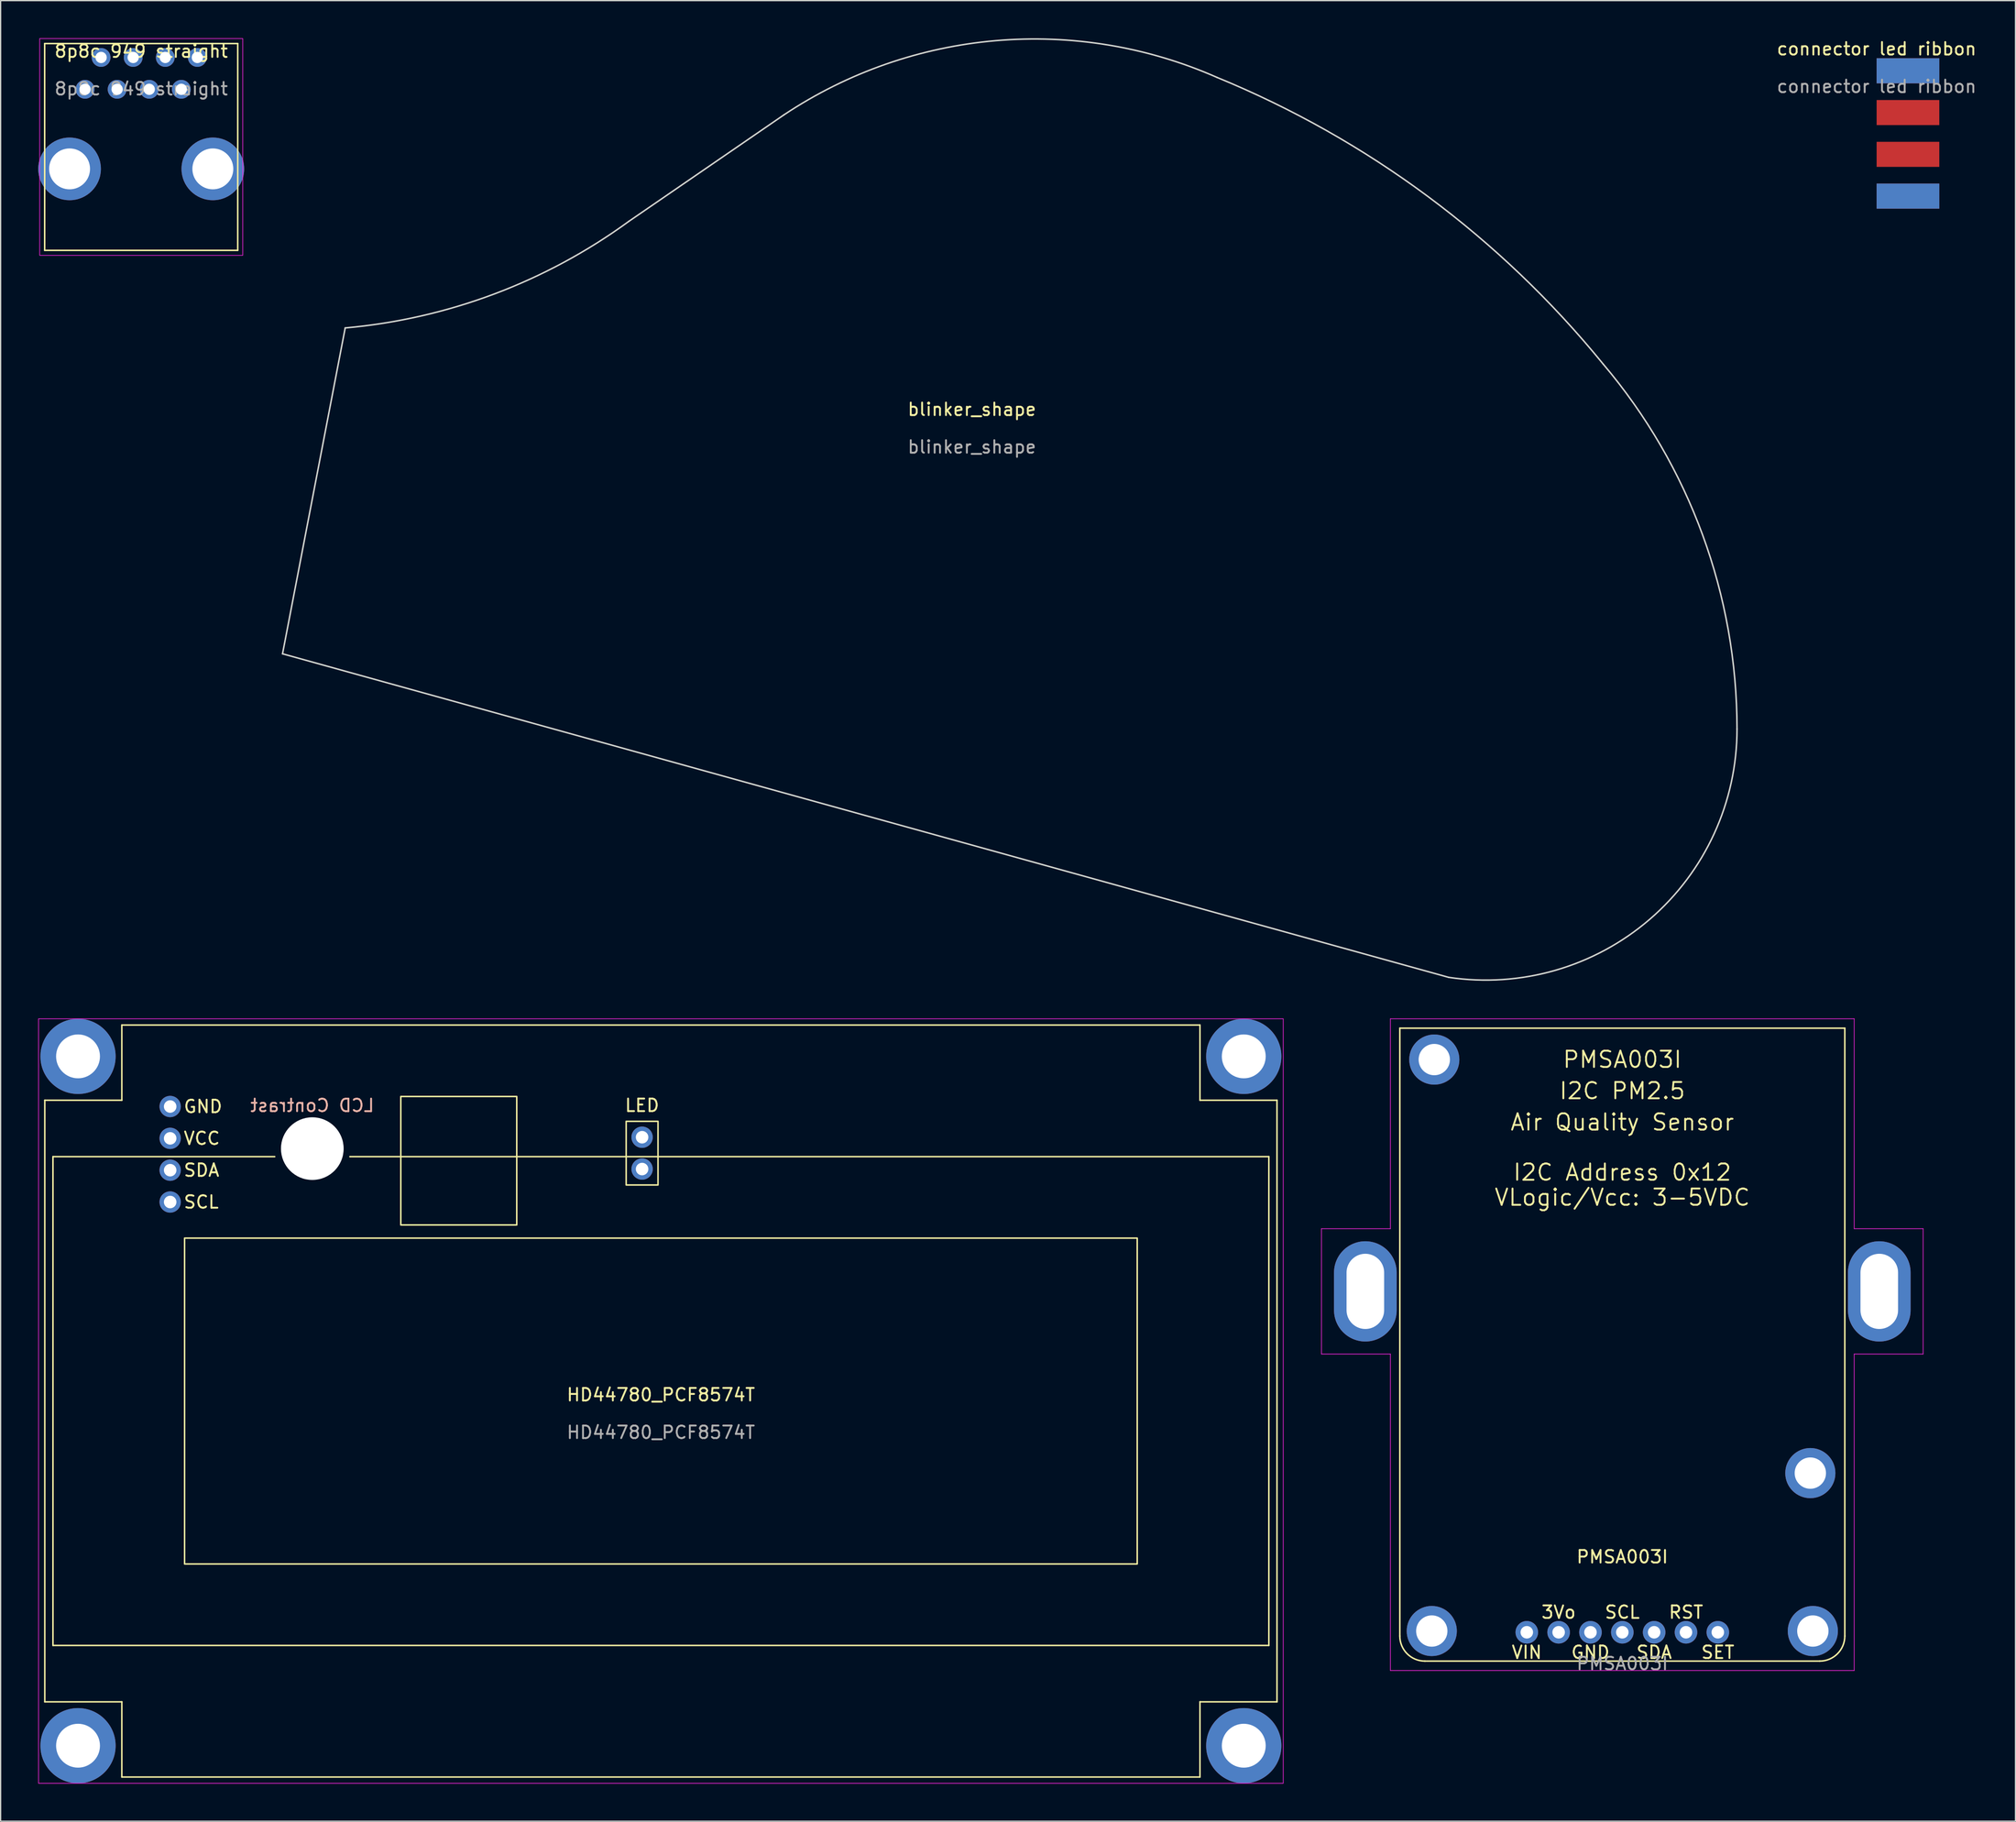
<source format=kicad_pcb>
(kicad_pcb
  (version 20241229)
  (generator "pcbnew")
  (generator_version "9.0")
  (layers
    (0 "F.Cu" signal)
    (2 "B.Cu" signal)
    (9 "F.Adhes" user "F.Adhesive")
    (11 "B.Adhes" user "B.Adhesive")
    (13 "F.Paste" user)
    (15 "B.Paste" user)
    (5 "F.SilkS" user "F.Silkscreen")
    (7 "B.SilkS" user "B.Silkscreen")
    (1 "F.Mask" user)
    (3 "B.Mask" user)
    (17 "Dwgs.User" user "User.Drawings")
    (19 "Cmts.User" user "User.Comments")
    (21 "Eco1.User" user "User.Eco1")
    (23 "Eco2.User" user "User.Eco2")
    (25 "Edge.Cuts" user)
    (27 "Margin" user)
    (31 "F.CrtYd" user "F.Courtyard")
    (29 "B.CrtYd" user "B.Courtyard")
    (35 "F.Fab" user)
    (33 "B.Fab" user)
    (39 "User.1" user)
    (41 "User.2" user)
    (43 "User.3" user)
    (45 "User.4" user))
  (footprint "PMSA003I"
    (layer "F.Cu")
    (at 126.375 127.187)
    (property "Reference" "PMSA003I" (at 0 -6.02 0) (unlocked yes) (layer "F.SilkS") (effects (font (size 1 1) (thickness 0.15))))
    (attr through_hole)
    (fp_line (start -17.75 -48.2) (end -17.75 0.3) (stroke (width 0.12) (type default)) (layer "F.SilkS"))
    (fp_line (start -15.75 2.3) (end 15.75 2.3) (stroke (width 0.12) (type default)) (layer "F.SilkS"))
    (fp_line (start 17.75 -48.2) (end -17.75 -48.2) (stroke (width 0.12) (type default)) (layer "F.SilkS"))
    (fp_line (start 17.75 0.3) (end 17.75 -48.2) (stroke (width 0.12) (type default)) (layer "F.SilkS"))
    (fp_arc (start -15.75 2.3) (mid -17.164214 1.714214) (end -17.75 0.3) (stroke (width 0.12) (type default)) (layer "F.SilkS"))
    (fp_arc (start 17.75 0.3) (mid 17.164214 1.714214) (end 15.75 2.3) (stroke (width 0.12) (type default)) (layer "F.SilkS"))
    (fp_line (start -24 -32.2) (end -24 -22.2) (stroke (width 0.05) (type default)) (layer "F.CrtYd"))
    (fp_line (start -24 -32.2) (end -18.5 -32.2) (stroke (width 0.05) (type default)) (layer "F.CrtYd"))
    (fp_line (start -18.5 -48.95) (end -18.5 -32.2) (stroke (width 0.05) (type default)) (layer "F.CrtYd"))
    (fp_line (start -18.5 -48.95) (end 18.5 -48.95) (stroke (width 0.05) (type default)) (layer "F.CrtYd"))
    (fp_line (start -18.5 -22.2) (end -24 -22.2) (stroke (width 0.05) (type default)) (layer "F.CrtYd"))
    (fp_line (start -18.5 3.05) (end -18.5 -22.2) (stroke (width 0.05) (type default)) (layer "F.CrtYd"))
    (fp_line (start 18.5 -48.95) (end 18.5 -32.2) (stroke (width 0.05) (type default)) (layer "F.CrtYd"))
    (fp_line (start 18.5 -32.2) (end 24 -32.2) (stroke (width 0.05) (type default)) (layer "F.CrtYd"))
    (fp_line (start 18.5 3.05) (end -18.5 3.05) (stroke (width 0.05) (type default)) (layer "F.CrtYd"))
    (fp_line (start 18.5 3.05) (end 18.5 -22.2) (stroke (width 0.05) (type default)) (layer "F.CrtYd"))
    (fp_line (start 24 -32.2) (end 24 -22.2) (stroke (width 0.05) (type default)) (layer "F.CrtYd"))
    (fp_line (start 24 -22.2) (end 18.5 -22.2) (stroke (width 0.05) (type default)) (layer "F.CrtYd"))
    (fp_text user "SCL" (at 0 -1.6 0) (unlocked yes) (layer "F.SilkS") (effects (font (size 1 1) (thickness 0.15))))
    (fp_text user "VLogic/Vcc: 3-5VDC" (at 0 -34.7 0) (unlocked yes) (layer "F.SilkS") (effects (font (size 1.3 1.3) (thickness 0.15))))
    (fp_text user "SET" (at 7.62 1.6 0) (unlocked yes) (layer "F.SilkS") (effects (font (size 1 1) (thickness 0.15))))
    (fp_text user "PMSA003I" (at 0 -45.7 0) (unlocked yes) (layer "F.SilkS") (effects (font (size 1.3 1.3) (thickness 0.15))))
    (fp_text user "I2C Address 0x12" (at 0 -36.7 0) (unlocked yes) (layer "F.SilkS") (effects (font (size 1.3 1.3) (thickness 0.15))))
    (fp_text user "I2C PM2.5" (at 0 -43.2 0) (unlocked yes) (layer "F.SilkS") (effects (font (size 1.3 1.3) (thickness 0.15))))
    (fp_text user "RST" (at 5.08 -1.6 0) (unlocked yes) (layer "F.SilkS") (effects (font (size 1 1) (thickness 0.15))))
    (fp_text user "Air Quality Sensor" (at 0 -40.7 0) (unlocked yes) (layer "F.SilkS") (effects (font (size 1.3 1.3) (thickness 0.15))))
    (fp_text user "GND" (at -2.54 1.6 0) (unlocked yes) (layer "F.SilkS") (effects (font (size 1 1) (thickness 0.15))))
    (fp_text user "3Vo" (at -5.08 -1.6 0) (unlocked yes) (layer "F.SilkS") (effects (font (size 1 1) (thickness 0.15))))
    (fp_text user "SDA" (at 2.54 1.6 0) (unlocked yes) (layer "F.SilkS") (effects (font (size 1 1) (thickness 0.15))))
    (fp_text user "VIN" (at -7.62 1.6 0) (unlocked yes) (layer "F.SilkS") (effects (font (size 1 1) (thickness 0.15))))
    (fp_text user "${REFERENCE}" (at 0 2.5 0) (unlocked yes) (layer "F.Fab") (effects (font (size 1 1) (thickness 0.15))))
    (pad "" np_thru_hole oval (at -20.5 -27.2) (size 5 8) (drill oval 3 6) (layers "*.Cu" "*.Mask"))
    (pad "" np_thru_hole oval (at 20.5 -27.2) (size 5 8) (drill oval 3 6) (layers "*.Cu" "*.Mask"))
    (pad "1" thru_hole circle (at -7.62 0) (size 1.8 1.8) (drill 1) (layers "*.Cu" "*.Mask"))
    (pad "2" thru_hole circle (at -5.08 0) (size 1.8 1.8) (drill 1) (layers "*.Cu" "*.Mask"))
    (pad "3" thru_hole circle (at -15.2 -0.1) (size 4 4) (drill 2.5) (layers "*.Cu" "*.Mask"))
    (pad "3" thru_hole circle (at -15 -45.695) (size 4 4) (drill 2.5) (layers "*.Cu" "*.Mask"))
    (pad "3" thru_hole circle (at -2.54 0) (size 1.8 1.8) (drill 1) (layers "*.Cu" "*.Mask"))
    (pad "3" thru_hole circle (at 15 -12.7) (size 4 4) (drill 2.5) (layers "*.Cu" "*.Mask"))
    (pad "3" thru_hole circle (at 15.2 -0.1) (size 4 4) (drill 2.5) (layers "*.Cu" "*.Mask"))
    (pad "4" thru_hole circle (at 0 0) (size 1.8 1.8) (drill 1) (layers "*.Cu" "*.Mask"))
    (pad "5" thru_hole circle (at 2.54 0) (size 1.8 1.8) (drill 1) (layers "*.Cu" "*.Mask"))
    (pad "6" thru_hole circle (at 5.08 0) (size 1.8 1.8) (drill 1) (layers "*.Cu" "*.Mask"))
    (pad "7" thru_hole circle (at 7.62 0) (size 1.8 1.8) (drill 1) (layers "*.Cu" "*.Mask")))
  (footprint "blinker_shape"
    (layer "F.Cu")
    (at 77.565 28.298)
    (property "Reference" "blinker_shape" (at -3.075 1.317 0) (unlocked yes) (layer "F.SilkS") (effects (font (size 1 1) (thickness 0.15))))
    (attr smd)
    (fp_line (start -58.075 20.817) (end -53.075 -5.183) (stroke (width 0.12) (type default)) (layer "Edge.Cuts"))
    (fp_line (start -30.444 -13.689) (end -18.075 -22.183) (stroke (width 0.12) (type default)) (layer "Edge.Cuts"))
    (fp_line (start 34.953 46.632) (end -58.075 20.817) (stroke (width 0.12) (type default)) (layer "Edge.Cuts"))
    (fp_arc (start -30.444384 -13.688701) (mid -41.180167 -7.89371) (end -53.07508 -5.182619) (stroke (width 0.12) (type default)) (layer "Edge.Cuts"))
    (fp_arc (start -18.07508 -22.182617) (mid -1.181203 -28.104087) (end 16.478374 -25.170448) (stroke (width 0.12) (type default)) (layer "Edge.Cuts"))
    (fp_arc (start 16.478374 -25.170447) (mid 33.316229 -15.660619) (end 47.289317 -2.292636) (stroke (width 0.12) (type default)) (layer "Edge.Cuts"))
    (fp_arc (start 47.289317 -2.292636) (mid 55.209457 11.315033) (end 57.961626 26.817382) (stroke (width 0.12) (type default)) (layer "Edge.Cuts"))
    (fp_arc (start 57.961626 26.817382) (mid 51 42) (end 34.952666 46.632409) (stroke (width 0.12) (type default)) (layer "Edge.Cuts"))
    (fp_text user "${REFERENCE}" (at -3.075 4.317 0) (unlocked yes) (layer "F.Fab") (effects (font (size 1 1) (thickness 0.15)))))
  (footprint "HD44780_PCF8574T"
    (layer "F.Cu")
    (at 49.675 108.737)
    (property "Reference" "HD44780_PCF8574T" (at 0 -0.5 0) (unlocked yes) (layer "F.SilkS") (effects (font (size 1 1) (thickness 0.15))))
    (attr through_hole)
    (fp_line (start -49.15 -24) (end -43.006 -24) (stroke (width 0.12) (type default)) (layer "F.SilkS"))
    (fp_line (start -49.15 24) (end -49.15 -24) (stroke (width 0.12) (type default)) (layer "F.SilkS"))
    (fp_line (start -48.5 -19.5) (end -30.81 -19.5) (stroke (width 0.12) (type default)) (layer "F.SilkS"))
    (fp_line (start -48.5 19.5) (end -48.5 -19.5) (stroke (width 0.12) (type default)) (layer "F.SilkS"))
    (fp_line (start -43.006 -30) (end 43.006 -30) (stroke (width 0.12) (type default)) (layer "F.SilkS"))
    (fp_line (start -43.006 -24) (end -43.006 -30) (stroke (width 0.12) (type default)) (layer "F.SilkS"))
    (fp_line (start -43.006 24) (end -49.15 24) (stroke (width 0.12) (type default)) (layer "F.SilkS"))
    (fp_line (start -43.006 30) (end -43.006 24) (stroke (width 0.12) (type default)) (layer "F.SilkS"))
    (fp_line (start -24.81 -19.5) (end 48.5 -19.5) (stroke (width 0.12) (type default)) (layer "F.SilkS"))
    (fp_line (start 43.006 -30) (end 43.006 -24) (stroke (width 0.12) (type default)) (layer "F.SilkS"))
    (fp_line (start 43.006 -24) (end 49.15 -24) (stroke (width 0.12) (type default)) (layer "F.SilkS"))
    (fp_line (start 43.006 24) (end 43.006 30) (stroke (width 0.12) (type default)) (layer "F.SilkS"))
    (fp_line (start 43.006 30) (end -43.006 30) (stroke (width 0.12) (type default)) (layer "F.SilkS"))
    (fp_line (start 48.5 -19.5) (end 48.5 19.5) (stroke (width 0.12) (type default)) (layer "F.SilkS"))
    (fp_line (start 48.5 19.5) (end -48.5 19.5) (stroke (width 0.12) (type default)) (layer "F.SilkS"))
    (fp_line (start 49.15 -24) (end 49.15 24) (stroke (width 0.12) (type default)) (layer "F.SilkS"))
    (fp_line (start 49.15 24) (end 43.006 24) (stroke (width 0.12) (type default)) (layer "F.SilkS"))
    (fp_rect (start -38 -13) (end 38 13) (stroke (width 0.12) (type default)) (fill no) (layer "F.SilkS"))
    (fp_rect (start -20.75 -24.3) (end -11.5 -14.05) (stroke (width 0.12) (type default)) (fill no) (layer "F.SilkS"))
    (fp_rect (start -2.77 -22.32) (end -0.23 -17.24) (stroke (width 0.12) (type default)) (fill no) (layer "F.SilkS"))
    (fp_rect (start -49.65 -30.5) (end 49.65 30.5) (stroke (width 0.05) (type default)) (fill no) (layer "F.CrtYd"))
    (fp_text user "SCL" (at -38.15 -15.88 0) (unlocked yes) (layer "F.SilkS") (effects (font (size 1 1) (thickness 0.15)) (justify left)))
    (fp_text user "VCC" (at -38.15 -20.96 0) (unlocked yes) (layer "F.SilkS") (effects (font (size 1 1) (thickness 0.15)) (justify left)))
    (fp_text user "SDA" (at -38.15 -18.42 0) (unlocked yes) (layer "F.SilkS") (effects (font (size 1 1) (thickness 0.15)) (justify left)))
    (fp_text user "GND" (at -38.15 -23.5 0) (unlocked yes) (layer "F.SilkS") (effects (font (size 1 1) (thickness 0.15)) (justify left)))
    (fp_text user "LED" (at -1.5 -23.59 0) (unlocked yes) (layer "F.SilkS") (effects (font (size 1 1) (thickness 0.15))))
    (fp_text user "LCD Contrast" (at -27.81 -23 0) (unlocked yes) (layer "B.SilkS") (effects (font (size 1 1) (thickness 0.15)) (justify bottom mirror)))
    (fp_text user "${REFERENCE}" (at 0 2.5 0) (unlocked yes) (layer "F.Fab") (effects (font (size 1 1) (thickness 0.15))))
    (pad "" thru_hole circle (at -46.5 -27.5) (size 6 6) (drill 3.5) (layers "*.Cu" "*.Mask"))
    (pad "" thru_hole circle (at -46.5 27.5) (size 6 6) (drill 3.5) (layers "*.Cu" "*.Mask"))
    (pad "" np_thru_hole circle (at -27.81 -20.14) (size 5 5) (drill 5) (layers "*.Cu" "*.Mask"))
    (pad "" thru_hole circle (at 46.5 -27.5) (size 6 6) (drill 3.5) (layers "*.Cu" "*.Mask"))
    (pad "" thru_hole circle (at 46.5 27.5) (size 6 6) (drill 3.5) (layers "*.Cu" "*.Mask"))
    (pad "1" thru_hole circle (at -39.15 -23.5) (size 1.7 1.7) (drill 1) (layers "*.Cu" "*.Mask"))
    (pad "2" thru_hole circle (at -39.15 -20.96) (size 1.7 1.7) (drill 1) (layers "*.Cu" "*.Mask"))
    (pad "3" thru_hole circle (at -39.15 -18.42) (size 1.7 1.7) (drill 1) (layers "*.Cu" "*.Mask"))
    (pad "4" thru_hole circle (at -39.15 -15.88) (size 1.7 1.7) (drill 1) (layers "*.Cu" "*.Mask"))
    (pad "5" thru_hole circle (at -1.5 -21.05) (size 1.7 1.7) (drill 1) (layers "*.Cu" "*.Mask"))
    (pad "6" thru_hole circle (at -1.5 -18.51) (size 1.7 1.7) (drill 1) (layers "*.Cu" "*.Mask")))
  (footprint "connector led ribbon"
    (layer "F.Cu")
    (at 146.664 1.348)
    (property "Reference" "connector led ribbon" (at 0 -0.5 0) (unlocked yes) (layer "F.SilkS") (effects (font (size 1 1) (thickness 0.15))))
    (attr smd)
    (fp_text user "${REFERENCE}" (at 0 2.5 0) (unlocked yes) (layer "F.Fab") (effects (font (size 1 1) (thickness 0.15))))
    (pad "1" smd rect (at 2.5 1.25) (size 5 2) (layers "F.Cu" "F.Mask" "F.Paste"))
    (pad "2" smd rect (at 2.5 4.583) (size 5 2) (layers "F.Cu" "F.Mask" "F.Paste"))
    (pad "3" smd rect (at 2.5 7.917) (size 5 2) (layers "F.Cu" "F.Mask" "F.Paste"))
    (pad "4" smd rect (at 2.5 11.25) (size 5 2) (layers "F.Cu" "F.Mask" "F.Paste"))
    (pad "5" smd rect (at 2.5 1.25) (size 5 2) (layers "B.Cu" "B.Mask" "B.Paste"))
    (pad "6" smd rect (at 2.5 11.25) (size 5 2) (layers "B.Cu" "B.Mask" "B.Paste")))
  (footprint "8p8c 949 straight"
    (layer "F.Cu")
    (at 8.215 1.535)
    (property "Reference" "8p8c 949 straight" (at 0 -0.5 0) (unlocked yes) (layer "F.SilkS") (effects (font (size 1 1) (thickness 0.15))))
    (attr through_hole)
    (fp_line (start -7.7 -1.11) (end -7.7 15.39) (stroke (width 0.12) (type default)) (layer "F.SilkS"))
    (fp_line (start -7.7 15.39) (end 7.7 15.39) (stroke (width 0.12) (type default)) (layer "F.SilkS"))
    (fp_line (start 7.7 -1.11) (end -7.7 -1.11) (stroke (width 0.12) (type default)) (layer "F.SilkS"))
    (fp_line (start 7.7 15.39) (end 7.7 -1.11) (stroke (width 0.12) (type default)) (layer "F.SilkS"))
    (fp_rect (start -8.1 -1.51) (end 8.1 15.79) (stroke (width 0.05) (type default)) (fill no) (layer "F.CrtYd"))
    (fp_text user "${REFERENCE}" (at 0 2.5 0) (unlocked yes) (layer "F.Fab") (effects (font (size 1 1) (thickness 0.15))))
    (pad "" thru_hole circle (at -5.715 8.89) (size 5 5) (drill 3.265) (layers "*.Cu" "*.Mask"))
    (pad "" thru_hole circle (at 5.715 8.89) (size 5 5) (drill 3.265) (layers "*.Cu" "*.Mask"))
    (pad "1" thru_hole circle (at -4.48 2.54) (size 1.5 1.5) (drill 0.9) (layers "*.Cu" "*.Mask"))
    (pad "2" thru_hole circle (at -3.2 0) (size 1.5 1.5) (drill 0.9) (layers "*.Cu" "*.Mask"))
    (pad "3" thru_hole circle (at -1.92 2.54) (size 1.5 1.5) (drill 0.9) (layers "*.Cu" "*.Mask"))
    (pad "4" thru_hole circle (at -0.64 0) (size 1.5 1.5) (drill 0.9) (layers "*.Cu" "*.Mask"))
    (pad "5" thru_hole circle (at 0.64 2.54) (size 1.5 1.5) (drill 0.9) (layers "*.Cu" "*.Mask"))
    (pad "6" thru_hole circle (at 1.92 0) (size 1.5 1.5) (drill 0.9) (layers "*.Cu" "*.Mask"))
    (pad "7" thru_hole circle (at 3.2 2.54) (size 1.5 1.5) (drill 0.9) (layers "*.Cu" "*.Mask"))
    (pad "8" thru_hole circle (at 4.48 0) (size 1.5 1.5) (drill 0.9) (layers "*.Cu" "*.Mask")))
  (gr_rect
    (start -3 -3)
    (end 157.741 142.262)
    (stroke (width 0.1) (type default))
    (fill no)
    (layer "Edge.Cuts")))
</source>
